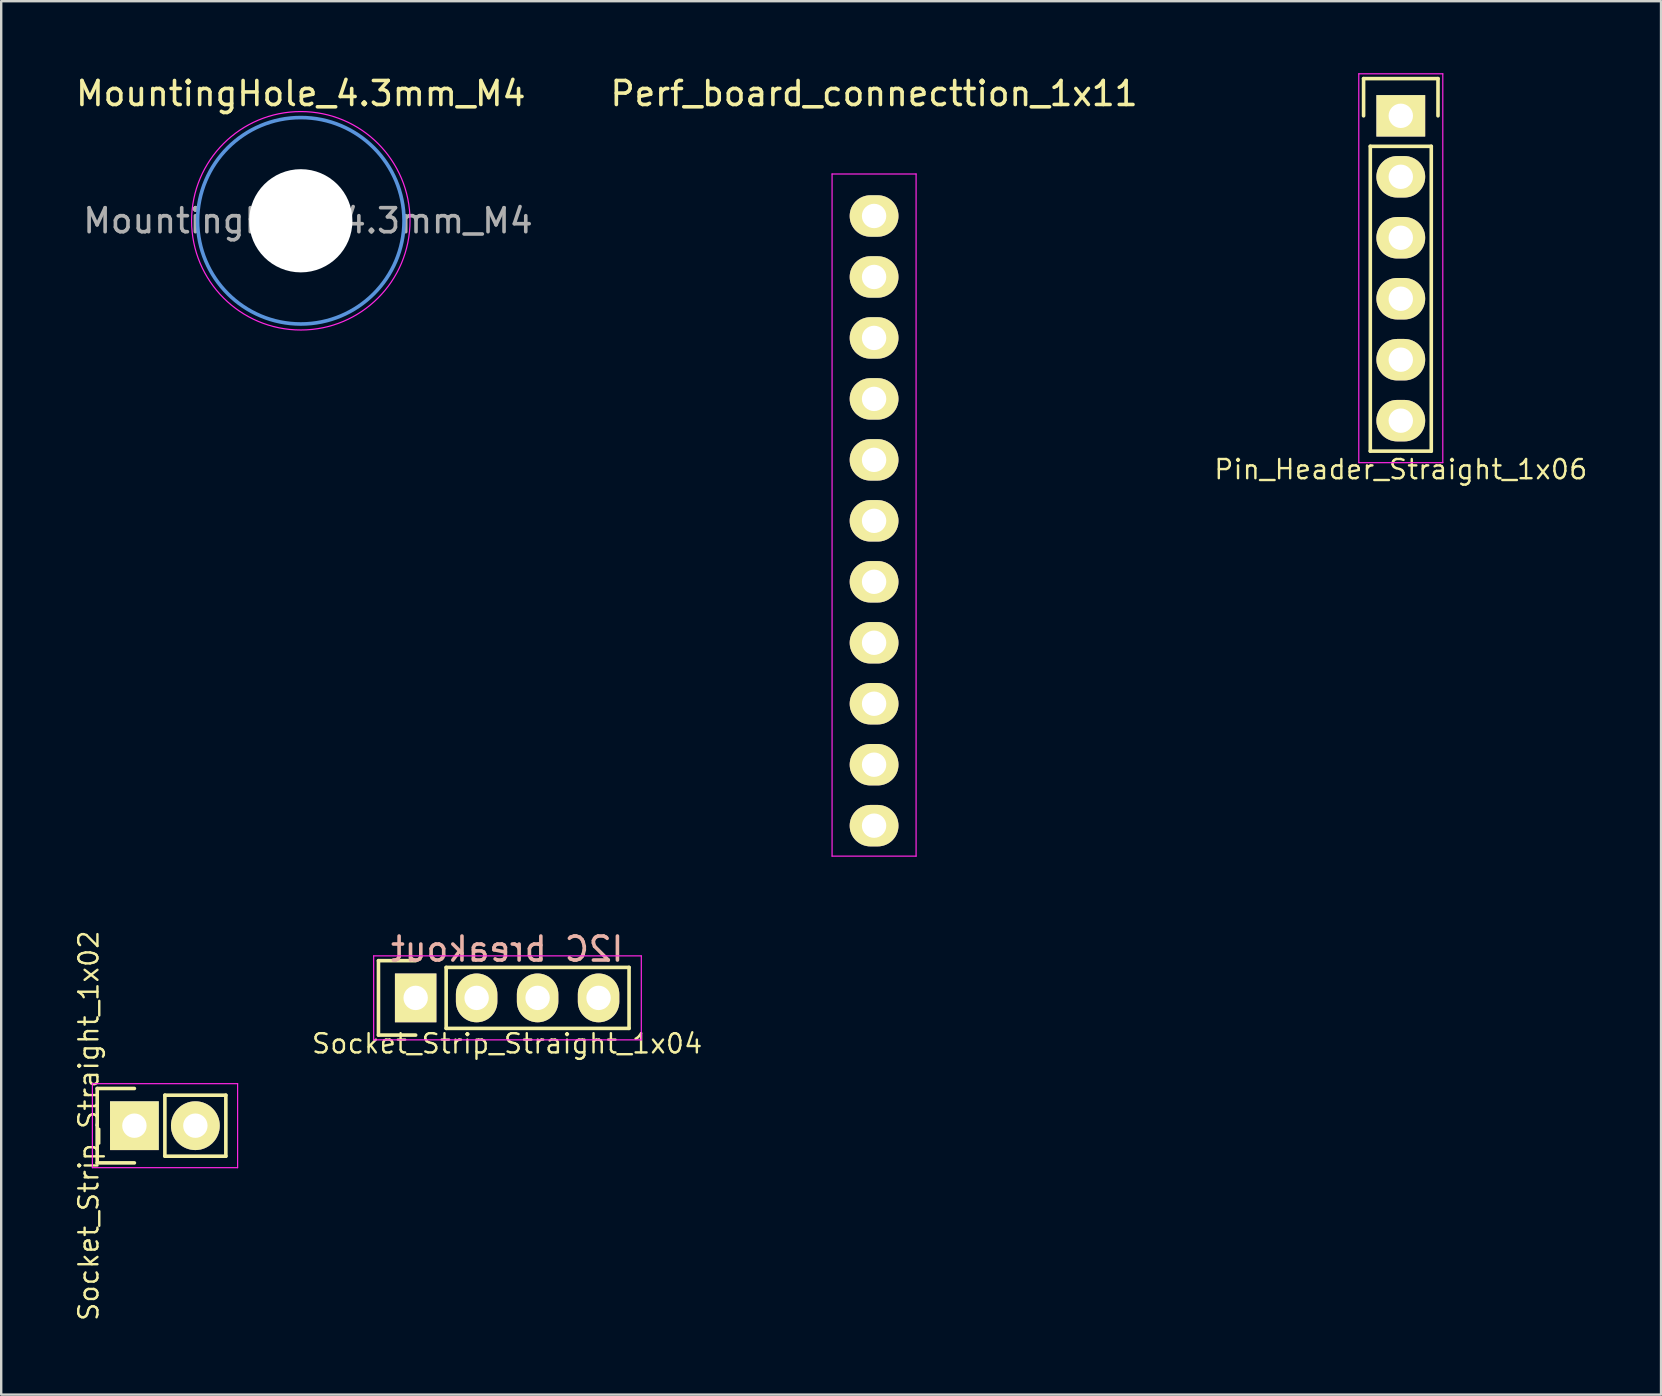
<source format=kicad_pcb>
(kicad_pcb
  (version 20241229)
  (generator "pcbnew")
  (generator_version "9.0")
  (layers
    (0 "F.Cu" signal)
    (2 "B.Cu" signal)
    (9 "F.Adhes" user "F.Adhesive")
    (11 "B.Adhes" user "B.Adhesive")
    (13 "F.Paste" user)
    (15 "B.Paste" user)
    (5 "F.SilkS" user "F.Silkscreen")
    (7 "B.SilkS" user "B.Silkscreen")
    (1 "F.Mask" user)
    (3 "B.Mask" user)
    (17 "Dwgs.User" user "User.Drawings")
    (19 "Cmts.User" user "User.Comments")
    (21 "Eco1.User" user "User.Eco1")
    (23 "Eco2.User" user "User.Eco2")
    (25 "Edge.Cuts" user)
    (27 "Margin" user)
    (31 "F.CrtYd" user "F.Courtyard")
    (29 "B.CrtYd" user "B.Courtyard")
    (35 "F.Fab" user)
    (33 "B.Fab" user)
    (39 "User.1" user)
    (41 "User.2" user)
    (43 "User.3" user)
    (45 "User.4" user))
  (footprint "Perf_board_connecttion_1x11"
    (layer "F.Cu")
    (at 33.365 5.948)
    (property "Reference" "Perf_board_connecttion_1x11" (at 0 -5.1 0) (layer "F.SilkS") (effects (font (size 1 1) (thickness 0.15))))
    (attr through_hole)
    (fp_line (start -1.75 -1.75) (end -1.75 26.67) (stroke (width 0.05) (type solid)) (layer "F.CrtYd"))
    (fp_line (start -1.75 -1.75) (end 1.75 -1.75) (stroke (width 0.05) (type solid)) (layer "F.CrtYd"))
    (fp_line (start -1.75 26.67) (end 1.75 26.67) (stroke (width 0.05) (type solid)) (layer "F.CrtYd"))
    (fp_line (start 1.75 -1.75) (end 1.75 26.67) (stroke (width 0.05) (type solid)) (layer "F.CrtYd"))
    (pad "1" thru_hole oval (at 0 0) (size 2.032 1.727) (drill 1.016) (layers "*.Cu" "*.Mask" "F.SilkS"))
    (pad "2" thru_hole oval (at 0 2.54) (size 2.032 1.727) (drill 1.016) (layers "*.Cu" "*.Mask" "F.SilkS"))
    (pad "3" thru_hole oval (at 0 5.08) (size 2.032 1.727) (drill 1.016) (layers "*.Cu" "*.Mask" "F.SilkS"))
    (pad "4" thru_hole oval (at 0 7.62) (size 2.032 1.727) (drill 1.016) (layers "*.Cu" "*.Mask" "F.SilkS"))
    (pad "5" thru_hole oval (at 0 10.16) (size 2.032 1.727) (drill 1.016) (layers "*.Cu" "*.Mask" "F.SilkS"))
    (pad "6" thru_hole oval (at 0 12.7) (size 2.032 1.727) (drill 1.016) (layers "*.Cu" "*.Mask" "F.SilkS"))
    (pad "7" thru_hole oval (at 0 15.24) (size 2.032 1.727) (drill 1.016) (layers "*.Cu" "*.Mask" "F.SilkS"))
    (pad "8" thru_hole oval (at 0 17.78) (size 2.032 1.727) (drill 1.016) (layers "*.Cu" "*.Mask" "F.SilkS"))
    (pad "9" thru_hole oval (at 0 20.32) (size 2.032 1.727) (drill 1.016) (layers "*.Cu" "*.Mask" "F.SilkS"))
    (pad "10" thru_hole oval (at 0 22.86) (size 2.032 1.727) (drill 1.016) (layers "*.Cu" "*.Mask" "F.SilkS"))
    (pad "11" thru_hole oval (at 0 25.4) (size 2.032 1.727) (drill 1.016) (layers "*.Cu" "*.Mask" "F.SilkS")))
  (footprint "Pin_Header_Straight_1x06"
    (layer "F.Cu")
    (at 55.308 1.775)
    (property "Reference" "Pin_Header_Straight_1x06" (at 0 14.732 180) (layer "F.SilkS") (effects (font (size 0.8 0.8) (thickness 0.1))))
    (attr through_hole)
    (fp_line (start -1.55 -1.55) (end 1.55 -1.55) (stroke (width 0.15) (type solid)) (layer "F.SilkS"))
    (fp_line (start -1.55 0) (end -1.55 -1.55) (stroke (width 0.15) (type solid)) (layer "F.SilkS"))
    (fp_line (start -1.27 13.97) (end -1.27 1.27) (stroke (width 0.15) (type solid)) (layer "F.SilkS"))
    (fp_line (start 1.27 1.27) (end -1.27 1.27) (stroke (width 0.15) (type solid)) (layer "F.SilkS"))
    (fp_line (start 1.27 1.27) (end 1.27 13.97) (stroke (width 0.15) (type solid)) (layer "F.SilkS"))
    (fp_line (start 1.27 13.97) (end -1.27 13.97) (stroke (width 0.15) (type solid)) (layer "F.SilkS"))
    (fp_line (start 1.55 -1.55) (end 1.55 0) (stroke (width 0.15) (type solid)) (layer "F.SilkS"))
    (fp_line (start -1.75 -1.75) (end -1.75 14.45) (stroke (width 0.05) (type solid)) (layer "F.CrtYd"))
    (fp_line (start -1.75 -1.75) (end 1.75 -1.75) (stroke (width 0.05) (type solid)) (layer "F.CrtYd"))
    (fp_line (start -1.75 14.45) (end 1.75 14.45) (stroke (width 0.05) (type solid)) (layer "F.CrtYd"))
    (fp_line (start 1.75 -1.75) (end 1.75 14.45) (stroke (width 0.05) (type solid)) (layer "F.CrtYd"))
    (pad "1" thru_hole rect (at 0 0) (size 2.032 1.727) (drill 1.016) (layers "*.Cu" "*.Mask" "F.SilkS"))
    (pad "2" thru_hole oval (at 0 2.54) (size 2.032 1.727) (drill 1.016) (layers "*.Cu" "*.Mask" "F.SilkS"))
    (pad "3" thru_hole oval (at 0 5.08) (size 2.032 1.727) (drill 1.016) (layers "*.Cu" "*.Mask" "F.SilkS"))
    (pad "4" thru_hole oval (at 0 7.62) (size 2.032 1.727) (drill 1.016) (layers "*.Cu" "*.Mask" "F.SilkS"))
    (pad "5" thru_hole oval (at 0 10.16) (size 2.032 1.727) (drill 1.016) (layers "*.Cu" "*.Mask" "F.SilkS"))
    (pad "6" thru_hole oval (at 0 12.7) (size 2.032 1.727) (drill 1.016) (layers "*.Cu" "*.Mask" "F.SilkS")))
  (footprint "Socket_Strip_Straight_1x04"
    (layer "F.Cu")
    (at 14.267 38.523)
    (property "Reference" "Socket_Strip_Straight_1x04" (at 3.81 1.905 180) (layer "F.SilkS") (effects (font (size 0.8 0.8) (thickness 0.1))))
    (attr through_hole)
    (fp_line (start -1.55 -1.55) (end -1.55 1.55) (stroke (width 0.15) (type solid)) (layer "F.SilkS"))
    (fp_line (start -1.55 1.55) (end 0 1.55) (stroke (width 0.15) (type solid)) (layer "F.SilkS"))
    (fp_line (start 0 -1.55) (end -1.55 -1.55) (stroke (width 0.15) (type solid)) (layer "F.SilkS"))
    (fp_line (start 1.27 -1.27) (end 8.89 -1.27) (stroke (width 0.15) (type solid)) (layer "F.SilkS"))
    (fp_line (start 1.27 1.27) (end 1.27 -1.27) (stroke (width 0.15) (type solid)) (layer "F.SilkS"))
    (fp_line (start 1.27 1.27) (end 8.89 1.27) (stroke (width 0.15) (type solid)) (layer "F.SilkS"))
    (fp_line (start 8.89 -1.27) (end 8.89 1.27) (stroke (width 0.15) (type solid)) (layer "F.SilkS"))
    (fp_line (start -1.75 -1.75) (end -1.75 1.75) (stroke (width 0.05) (type solid)) (layer "F.CrtYd"))
    (fp_line (start -1.75 -1.75) (end 9.4 -1.75) (stroke (width 0.05) (type solid)) (layer "F.CrtYd"))
    (fp_line (start -1.75 1.75) (end 9.4 1.75) (stroke (width 0.05) (type solid)) (layer "F.CrtYd"))
    (fp_line (start 9.4 -1.75) (end 9.4 1.75) (stroke (width 0.05) (type solid)) (layer "F.CrtYd"))
    (fp_text user "I2C breakout" (at 3.81 -2.032 180) (layer "B.SilkS") (effects (font (size 1 1) (thickness 0.15)) (justify mirror)))
    (pad "1" thru_hole rect (at 0 0) (size 1.727 2.032) (drill 1.016) (layers "*.Cu" "*.Mask" "F.SilkS"))
    (pad "2" thru_hole oval (at 2.54 0) (size 1.727 2.032) (drill 1.016) (layers "*.Cu" "*.Mask" "F.SilkS"))
    (pad "3" thru_hole oval (at 5.08 0) (size 1.727 2.032) (drill 1.016) (layers "*.Cu" "*.Mask" "F.SilkS"))
    (pad "4" thru_hole oval (at 7.62 0) (size 1.727 2.032) (drill 1.016) (layers "*.Cu" "*.Mask" "F.SilkS")))
  (footprint "Socket_Strip_Straight_1x02"
    (layer "F.Cu")
    (at 2.549 43.847)
    (property "Reference" "Socket_Strip_Straight_1x02" (at -1.905 0 270) (layer "F.SilkS") (effects (font (size 0.8 0.8) (thickness 0.1))))
    (attr through_hole)
    (fp_line (start -1.55 -1.55) (end -1.55 1.55) (stroke (width 0.15) (type solid)) (layer "F.SilkS"))
    (fp_line (start -1.55 1.55) (end 0 1.55) (stroke (width 0.15) (type solid)) (layer "F.SilkS"))
    (fp_line (start 0 -1.55) (end -1.55 -1.55) (stroke (width 0.15) (type solid)) (layer "F.SilkS"))
    (fp_line (start 1.27 -1.27) (end 3.81 -1.27) (stroke (width 0.15) (type solid)) (layer "F.SilkS"))
    (fp_line (start 1.27 1.27) (end 1.27 -1.27) (stroke (width 0.15) (type solid)) (layer "F.SilkS"))
    (fp_line (start 3.81 -1.27) (end 3.81 1.27) (stroke (width 0.15) (type solid)) (layer "F.SilkS"))
    (fp_line (start 3.81 1.27) (end 1.27 1.27) (stroke (width 0.15) (type solid)) (layer "F.SilkS"))
    (fp_line (start -1.75 -1.75) (end -1.75 1.75) (stroke (width 0.05) (type solid)) (layer "F.CrtYd"))
    (fp_line (start -1.75 -1.75) (end 4.3 -1.75) (stroke (width 0.05) (type solid)) (layer "F.CrtYd"))
    (fp_line (start -1.75 1.75) (end 4.3 1.75) (stroke (width 0.05) (type solid)) (layer "F.CrtYd"))
    (fp_line (start 4.3 -1.75) (end 4.3 1.75) (stroke (width 0.05) (type solid)) (layer "F.CrtYd"))
    (pad "1" thru_hole rect (at 0 0) (size 2.032 2.032) (drill 1.016) (layers "*.Cu" "*.Mask" "F.SilkS"))
    (pad "2" thru_hole oval (at 2.54 0) (size 2.032 2.032) (drill 1.016) (layers "*.Cu" "*.Mask" "F.SilkS")))
  (footprint "MountingHole_4.3mm_M4"
    (layer "F.Cu")
    (at 9.482 6.148)
    (property "Reference" "MountingHole_4.3mm_M4" (at 0 -5.3 0) (layer "F.SilkS") (effects (font (size 1 1) (thickness 0.15))))
    (attr exclude_from_pos_files exclude_from_bom)
    (fp_circle (center 0 0) (end 4.3 0) (stroke (width 0.15) (type solid)) (fill no) (layer "Cmts.User"))
    (fp_circle (center 0 0) (end 4.55 0) (stroke (width 0.05) (type solid)) (fill no) (layer "F.CrtYd"))
    (fp_text user "${REFERENCE}" (at 0.3 0 0) (layer "F.Fab") (effects (font (size 1 1) (thickness 0.15))))
    (pad "" np_thru_hole circle (at 0 0) (size 4.3 4.3) (drill 4.3) (layers "*.Cu" "*.Mask")))
  (gr_rect
    (start -3 -3)
    (end 66.15 55.05)
    (stroke (width 0.1) (type default))
    (fill no)
    (layer "Edge.Cuts")))
</source>
